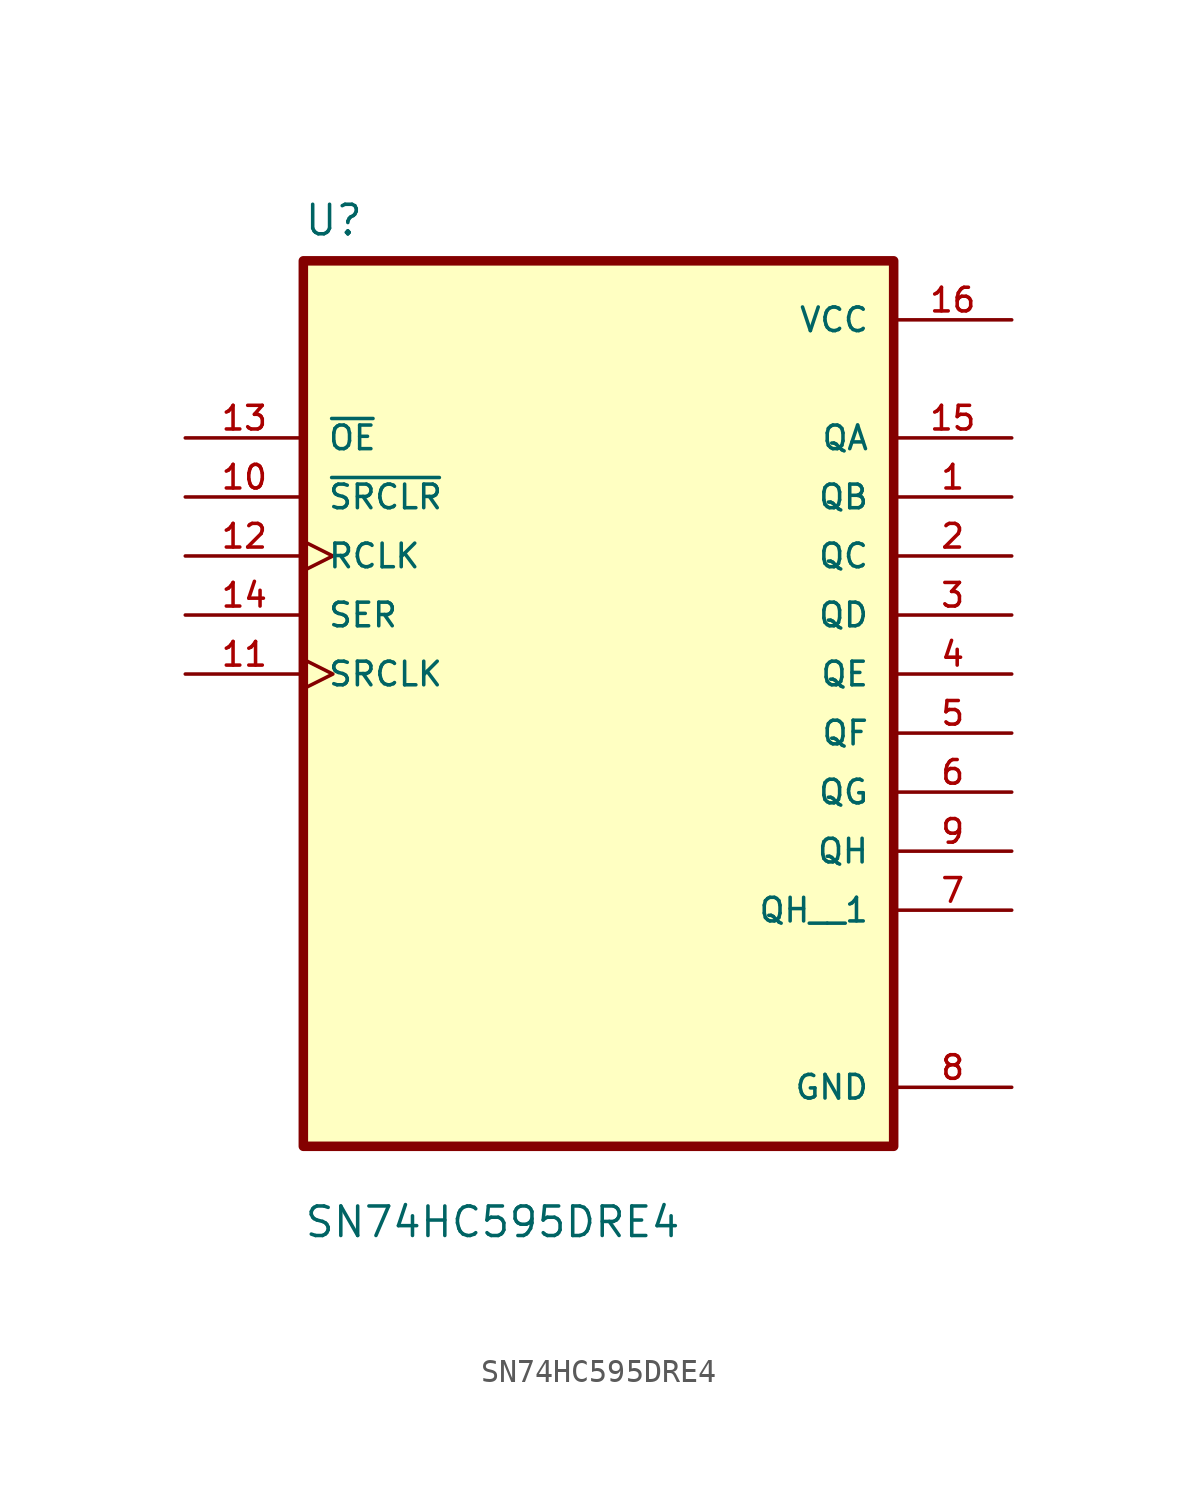
<source format=kicad_sym>
(kicad_symbol_lib
  (version 20211014)
  (generator kicad_symbol_editor)
  (symbol "SN74HC595DRE4"
    (pin_names
      (offset 1.016))
    (property "Reference" "U"
      (at -12.7 18.78 0.0)
      (effects (font (size 1.27 1.27)) (justify bottom left)))
    (property "Value" "SN74HC595DRE4"
      (at -12.7 -24.32 0.0)
      (effects (font (size 1.27 1.27)) (justify bottom left)))
    (symbol "SN74HC595DRE4_0_0"
      (rectangle (start -12.7 -20.32) (end 12.7 17.78) (stroke (width 0.41)) (fill (type background)))
      (pin input line (at -17.78 10.16 0) (length 5.08) (name "~{OE}" (effects (font (size 1.016 1.016)))) (number "13" (effects (font (size 1.016 1.016)))))
      (pin input line (at -17.78 7.62 0) (length 5.08) (name "~{SRCLR}" (effects (font (size 1.016 1.016)))) (number "10" (effects (font (size 1.016 1.016)))))
      (pin input clock (at -17.78 5.08 0) (length 5.08) (name "RCLK" (effects (font (size 1.016 1.016)))) (number "12" (effects (font (size 1.016 1.016)))))
      (pin input line (at -17.78 2.54 0) (length 5.08) (name "SER" (effects (font (size 1.016 1.016)))) (number "14" (effects (font (size 1.016 1.016)))))
      (pin input clock (at -17.78 0.0 0) (length 5.08) (name "SRCLK" (effects (font (size 1.016 1.016)))) (number "11" (effects (font (size 1.016 1.016)))))
      (pin power_in line (at 17.78 15.24 180.0) (length 5.08) (name "VCC" (effects (font (size 1.016 1.016)))) (number "16" (effects (font (size 1.016 1.016)))))
      (pin output line (at 17.78 10.16 180.0) (length 5.08) (name "QA" (effects (font (size 1.016 1.016)))) (number "15" (effects (font (size 1.016 1.016)))))
      (pin output line (at 17.78 7.62 180.0) (length 5.08) (name "QB" (effects (font (size 1.016 1.016)))) (number "1" (effects (font (size 1.016 1.016)))))
      (pin output line (at 17.78 5.08 180.0) (length 5.08) (name "QC" (effects (font (size 1.016 1.016)))) (number "2" (effects (font (size 1.016 1.016)))))
      (pin output line (at 17.78 2.54 180.0) (length 5.08) (name "QD" (effects (font (size 1.016 1.016)))) (number "3" (effects (font (size 1.016 1.016)))))
      (pin output line (at 17.78 1.77636e-15 180.0) (length 5.08) (name "QE" (effects (font (size 1.016 1.016)))) (number "4" (effects (font (size 1.016 1.016)))))
      (pin output line (at 17.78 -2.54 180.0) (length 5.08) (name "QF" (effects (font (size 1.016 1.016)))) (number "5" (effects (font (size 1.016 1.016)))))
      (pin output line (at 17.78 -5.08 180.0) (length 5.08) (name "QG" (effects (font (size 1.016 1.016)))) (number "6" (effects (font (size 1.016 1.016)))))
      (pin output line (at 17.78 -7.62 180.0) (length 5.08) (name "QH" (effects (font (size 1.016 1.016)))) (number "9" (effects (font (size 1.016 1.016)))))
      (pin power_in line (at 17.78 -17.78 180.0) (length 5.08) (name "GND" (effects (font (size 1.016 1.016)))) (number "8" (effects (font (size 1.016 1.016)))))
      (pin output line (at 17.78 -10.16 180.0) (length 5.08) (name "QH__1" (effects (font (size 1.016 1.016)))) (number "7" (effects (font (size 1.016 1.016))))))))
</source>
